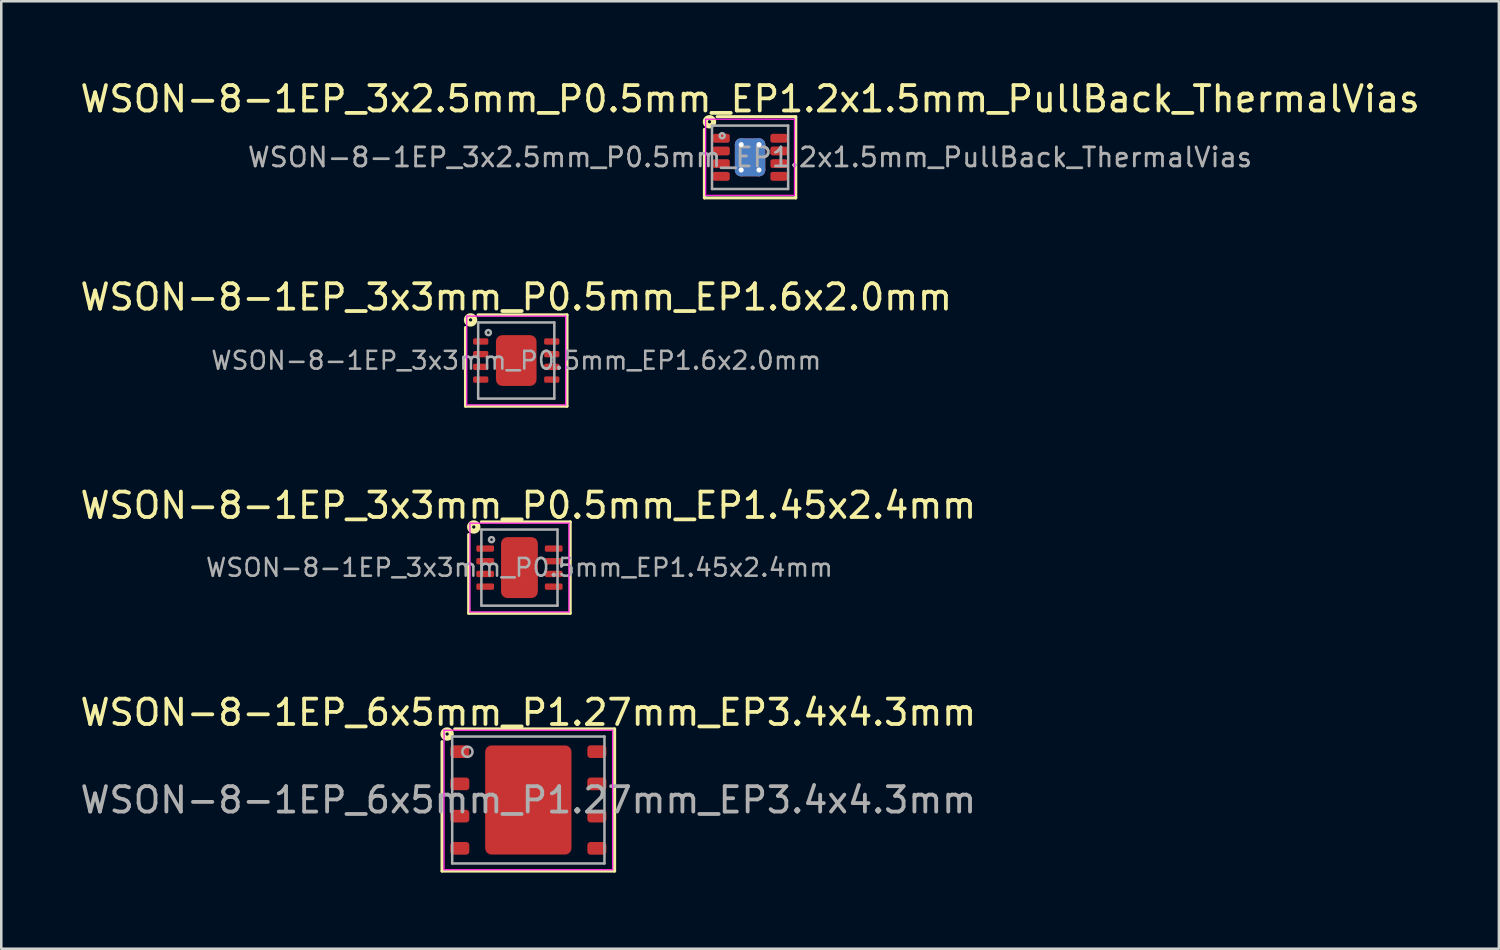
<source format=kicad_pcb>
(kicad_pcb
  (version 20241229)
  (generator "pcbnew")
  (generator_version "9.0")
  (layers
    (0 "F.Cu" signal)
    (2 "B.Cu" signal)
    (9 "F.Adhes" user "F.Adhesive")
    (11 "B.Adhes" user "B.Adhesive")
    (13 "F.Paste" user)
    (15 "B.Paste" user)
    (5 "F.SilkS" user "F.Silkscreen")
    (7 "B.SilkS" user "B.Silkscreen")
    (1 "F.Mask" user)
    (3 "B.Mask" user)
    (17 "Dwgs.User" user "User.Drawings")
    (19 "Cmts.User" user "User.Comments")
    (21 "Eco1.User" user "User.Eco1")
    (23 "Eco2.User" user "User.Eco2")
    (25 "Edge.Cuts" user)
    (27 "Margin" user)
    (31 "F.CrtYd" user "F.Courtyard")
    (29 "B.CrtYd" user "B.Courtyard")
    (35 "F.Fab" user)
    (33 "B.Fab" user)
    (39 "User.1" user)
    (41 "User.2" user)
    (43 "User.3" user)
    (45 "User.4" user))
  (footprint "WSON-8-1EP_3x3mm_P0.5mm_EP1.45x2.4mm"
    (layer "F.Cu")
    (at 17.418 19.315)
    (property "Reference" "WSON-8-1EP_3x3mm_P0.5mm_EP1.45x2.4mm" (at 0.35 -2.45 0) (layer "F.SilkS") (effects (font (size 1 1) (thickness 0.15))))
    (attr smd)
    (fp_line (start -2 1.8) (end -2 -1.3) (stroke (width 0.12) (type solid)) (layer "F.SilkS"))
    (fp_line (start -1.5 -1.8) (end 2 -1.8) (stroke (width 0.12) (type solid)) (layer "F.SilkS"))
    (fp_line (start 2 -1.8) (end 2 1.8) (stroke (width 0.12) (type solid)) (layer "F.SilkS"))
    (fp_line (start 2 1.8) (end -2 1.8) (stroke (width 0.12) (type solid)) (layer "F.SilkS"))
    (fp_circle (center -1.8 -1.6) (end -1.736 -1.6) (stroke (width 0.2) (type solid)) (fill no) (layer "F.SilkS"))
    (fp_line (start -1.95 -1.75) (end -1.95 1.75) (stroke (width 0.05) (type solid)) (layer "F.CrtYd"))
    (fp_line (start -1.95 -1.75) (end 1.95 -1.75) (stroke (width 0.05) (type solid)) (layer "F.CrtYd"))
    (fp_line (start -1.95 1.75) (end 1.95 1.75) (stroke (width 0.05) (type solid)) (layer "F.CrtYd"))
    (fp_line (start 1.95 -1.75) (end 1.95 1.75) (stroke (width 0.05) (type solid)) (layer "F.CrtYd"))
    (fp_line (start -1.5 -1.5) (end 1.5 -1.5) (stroke (width 0.1) (type solid)) (layer "F.Fab"))
    (fp_line (start -1.5 1.5) (end -1.5 -1.5) (stroke (width 0.1) (type solid)) (layer "F.Fab"))
    (fp_line (start 1.5 -1.5) (end 1.5 1.5) (stroke (width 0.1) (type solid)) (layer "F.Fab"))
    (fp_line (start 1.5 1.5) (end -1.5 1.5) (stroke (width 0.1) (type solid)) (layer "F.Fab"))
    (fp_circle (center -1.1 -1.1) (end -1 -1.1) (stroke (width 0.1) (type solid)) (fill no) (layer "F.Fab"))
    (fp_text user "${REFERENCE}" (at 0 0 0) (layer "F.Fab") (effects (font (size 0.7 0.7) (thickness 0.1))))
    (pad "" smd roundrect (at 0 -0.6) (size 1.45 1.07) (layers "F.Paste") (roundrect_rratio 0.234))
    (pad "" smd roundrect (at 0 0.6) (size 1.45 1.07) (layers "F.Paste") (roundrect_rratio 0.234))
    (pad "1" smd roundrect (at -1.35 -0.75) (size 0.7 0.25) (layers "F.Cu" "F.Mask" "F.Paste") (roundrect_rratio 0.25))
    (pad "2" smd roundrect (at -1.35 -0.25) (size 0.7 0.25) (layers "F.Cu" "F.Mask" "F.Paste") (roundrect_rratio 0.25))
    (pad "3" smd roundrect (at -1.35 0.25) (size 0.7 0.25) (layers "F.Cu" "F.Mask" "F.Paste") (roundrect_rratio 0.25))
    (pad "4" smd roundrect (at -1.35 0.75) (size 0.7 0.25) (layers "F.Cu" "F.Mask" "F.Paste") (roundrect_rratio 0.25))
    (pad "5" smd roundrect (at 1.35 0.75) (size 0.7 0.25) (layers "F.Cu" "F.Mask" "F.Paste") (roundrect_rratio 0.25))
    (pad "6" smd roundrect (at 1.35 0.25) (size 0.7 0.25) (layers "F.Cu" "F.Mask" "F.Paste") (roundrect_rratio 0.25))
    (pad "7" smd roundrect (at 1.35 -0.25) (size 0.7 0.25) (layers "F.Cu" "F.Mask" "F.Paste") (roundrect_rratio 0.25))
    (pad "8" smd roundrect (at 1.35 -0.75) (size 0.7 0.25) (layers "F.Cu" "F.Mask" "F.Paste") (roundrect_rratio 0.25))
    (pad "9" smd roundrect (at 0 0) (size 1.45 2.4) (layers "F.Cu" "F.Mask") (roundrect_rratio 0.172)))
  (footprint "WSON-8-1EP_3x3mm_P0.5mm_EP1.6x2.0mm"
    (layer "F.Cu")
    (at 17.292 11.156)
    (property "Reference" "WSON-8-1EP_3x3mm_P0.5mm_EP1.6x2.0mm" (at 0 -2.5 0) (layer "F.SilkS") (effects (font (size 1 1) (thickness 0.15))))
    (attr smd)
    (fp_line (start -2 1.8) (end -2 -1.3) (stroke (width 0.12) (type solid)) (layer "F.SilkS"))
    (fp_line (start -1.5 -1.8) (end 2 -1.8) (stroke (width 0.12) (type solid)) (layer "F.SilkS"))
    (fp_line (start 2 -1.8) (end 2 1.8) (stroke (width 0.12) (type solid)) (layer "F.SilkS"))
    (fp_line (start 2 1.8) (end -2 1.8) (stroke (width 0.12) (type solid)) (layer "F.SilkS"))
    (fp_circle (center -1.8 -1.6) (end -1.736 -1.6) (stroke (width 0.2) (type solid)) (fill no) (layer "F.SilkS"))
    (fp_line (start -1.95 -1.75) (end -1.95 1.75) (stroke (width 0.05) (type solid)) (layer "F.CrtYd"))
    (fp_line (start -1.95 -1.75) (end 1.95 -1.75) (stroke (width 0.05) (type solid)) (layer "F.CrtYd"))
    (fp_line (start -1.95 1.75) (end 1.95 1.75) (stroke (width 0.05) (type solid)) (layer "F.CrtYd"))
    (fp_line (start 1.95 -1.75) (end 1.95 1.75) (stroke (width 0.05) (type solid)) (layer "F.CrtYd"))
    (fp_line (start -1.5 -1.5) (end 1.5 -1.5) (stroke (width 0.1) (type solid)) (layer "F.Fab"))
    (fp_line (start -1.5 1.5) (end -1.5 -1.5) (stroke (width 0.1) (type solid)) (layer "F.Fab"))
    (fp_line (start 1.5 -1.5) (end 1.5 1.5) (stroke (width 0.1) (type solid)) (layer "F.Fab"))
    (fp_line (start 1.5 1.5) (end -1.5 1.5) (stroke (width 0.1) (type solid)) (layer "F.Fab"))
    (fp_circle (center -1.1 -1.1) (end -1 -1.1) (stroke (width 0.1) (type solid)) (fill no) (layer "F.Fab"))
    (fp_text user "${REFERENCE}" (at 0 0 0) (layer "F.Fab") (effects (font (size 0.7 0.7) (thickness 0.1))))
    (pad "" smd roundrect (at -0.45 -0.55) (size 0.6 0.8) (layers "F.Paste") (roundrect_rratio 0.25))
    (pad "" smd roundrect (at -0.45 0.55) (size 0.6 0.8) (layers "F.Paste") (roundrect_rratio 0.25))
    (pad "" smd roundrect (at 0.45 -0.55) (size 0.6 0.8) (layers "F.Paste") (roundrect_rratio 0.25))
    (pad "" smd roundrect (at 0.45 0.55) (size 0.6 0.8) (layers "F.Paste") (roundrect_rratio 0.25))
    (pad "1" smd roundrect (at -1.4 -0.75) (size 0.6 0.25) (layers "F.Cu" "F.Mask" "F.Paste") (roundrect_rratio 0.25))
    (pad "2" smd roundrect (at -1.4 -0.25) (size 0.6 0.25) (layers "F.Cu" "F.Mask" "F.Paste") (roundrect_rratio 0.25))
    (pad "3" smd roundrect (at -1.4 0.25) (size 0.6 0.25) (layers "F.Cu" "F.Mask" "F.Paste") (roundrect_rratio 0.25))
    (pad "4" smd roundrect (at -1.4 0.75) (size 0.6 0.25) (layers "F.Cu" "F.Mask" "F.Paste") (roundrect_rratio 0.25))
    (pad "5" smd roundrect (at 1.4 0.75) (size 0.6 0.25) (layers "F.Cu" "F.Mask" "F.Paste") (roundrect_rratio 0.25))
    (pad "6" smd roundrect (at 1.4 0.25) (size 0.6 0.25) (layers "F.Cu" "F.Mask" "F.Paste") (roundrect_rratio 0.25))
    (pad "7" smd roundrect (at 1.4 -0.25) (size 0.6 0.25) (layers "F.Cu" "F.Mask" "F.Paste") (roundrect_rratio 0.25))
    (pad "8" smd roundrect (at 1.4 -0.75) (size 0.6 0.25) (layers "F.Cu" "F.Mask" "F.Paste") (roundrect_rratio 0.25))
    (pad "9" smd roundrect (at 0 0) (size 1.6 2) (layers "F.Cu" "F.Mask") (roundrect_rratio 0.156)))
  (footprint "WSON-8-1EP_6x5mm_P1.27mm_EP3.4x4.3mm"
    (layer "F.Cu")
    (at 17.768 28.473)
    (property "Reference" "WSON-8-1EP_6x5mm_P1.27mm_EP3.4x4.3mm" (at 0 -3.45 0) (layer "F.SilkS") (effects (font (size 1 1) (thickness 0.15))))
    (attr smd)
    (fp_line (start -3.4 2.8) (end -3.4 -2.3) (stroke (width 0.12) (type solid)) (layer "F.SilkS"))
    (fp_line (start -2.9 -2.8) (end 3.4 -2.8) (stroke (width 0.12) (type solid)) (layer "F.SilkS"))
    (fp_line (start 3.4 -2.8) (end 3.4 2.8) (stroke (width 0.12) (type solid)) (layer "F.SilkS"))
    (fp_line (start 3.4 2.8) (end -3.4 2.8) (stroke (width 0.12) (type solid)) (layer "F.SilkS"))
    (fp_circle (center -3.2 -2.6) (end -3.136 -2.6) (stroke (width 0.2) (type solid)) (fill no) (layer "F.SilkS"))
    (fp_line (start -3.32 -2.75) (end -3.32 2.75) (stroke (width 0.05) (type solid)) (layer "F.CrtYd"))
    (fp_line (start -3.32 2.75) (end 3.32 2.75) (stroke (width 0.05) (type solid)) (layer "F.CrtYd"))
    (fp_line (start 3.32 -2.75) (end -3.32 -2.75) (stroke (width 0.05) (type solid)) (layer "F.CrtYd"))
    (fp_line (start 3.32 2.75) (end 3.32 -2.75) (stroke (width 0.05) (type solid)) (layer "F.CrtYd"))
    (fp_line (start -3 -2.5) (end 3 -2.5) (stroke (width 0.1) (type solid)) (layer "F.Fab"))
    (fp_line (start -3 2.5) (end -3 -2.5) (stroke (width 0.1) (type solid)) (layer "F.Fab"))
    (fp_line (start 3 -2.5) (end 3 2.5) (stroke (width 0.1) (type solid)) (layer "F.Fab"))
    (fp_line (start 3 2.5) (end -3 2.5) (stroke (width 0.1) (type solid)) (layer "F.Fab"))
    (fp_circle (center -2.4 -1.9) (end -2.2 -1.9) (stroke (width 0.1) (type solid)) (fill no) (layer "F.Fab"))
    (fp_text user "${REFERENCE}" (at 0 0 0) (layer "F.Fab") (effects (font (size 1 1) (thickness 0.15))))
    (pad "" smd roundrect (at -0.85 -1.075) (size 1.37 1.73) (layers "F.Paste") (roundrect_rratio 0.182))
    (pad "" smd roundrect (at -0.85 1.075) (size 1.37 1.73) (layers "F.Paste") (roundrect_rratio 0.182))
    (pad "" smd roundrect (at 0.85 -1.075) (size 1.37 1.73) (layers "F.Paste") (roundrect_rratio 0.182))
    (pad "" smd roundrect (at 0.85 1.075) (size 1.37 1.73) (layers "F.Paste") (roundrect_rratio 0.182))
    (pad "1" smd roundrect (at -2.7 -1.905) (size 0.75 0.5) (layers "F.Cu" "F.Mask" "F.Paste") (roundrect_rratio 0.25))
    (pad "2" smd roundrect (at -2.7 -0.635) (size 0.75 0.5) (layers "F.Cu" "F.Mask" "F.Paste") (roundrect_rratio 0.25))
    (pad "3" smd roundrect (at -2.7 0.635) (size 0.75 0.5) (layers "F.Cu" "F.Mask" "F.Paste") (roundrect_rratio 0.25))
    (pad "4" smd roundrect (at -2.7 1.905) (size 0.75 0.5) (layers "F.Cu" "F.Mask" "F.Paste") (roundrect_rratio 0.25))
    (pad "5" smd roundrect (at 2.7 1.905) (size 0.75 0.5) (layers "F.Cu" "F.Mask" "F.Paste") (roundrect_rratio 0.25))
    (pad "6" smd roundrect (at 2.7 0.635) (size 0.75 0.5) (layers "F.Cu" "F.Mask" "F.Paste") (roundrect_rratio 0.25))
    (pad "7" smd roundrect (at 2.7 -0.635) (size 0.75 0.5) (layers "F.Cu" "F.Mask" "F.Paste") (roundrect_rratio 0.25))
    (pad "8" smd roundrect (at 2.7 -1.905) (size 0.75 0.5) (layers "F.Cu" "F.Mask" "F.Paste") (roundrect_rratio 0.25))
    (pad "9" smd roundrect (at 0 0) (size 3.4 4.3) (layers "F.Cu" "F.Mask") (roundrect_rratio 0.074)))
  (footprint "WSON-8-1EP_3x2.5mm_P0.5mm_EP1.2x1.5mm_PullBack_ThermalVias"
    (layer "F.Cu")
    (at 26.506 3.148)
    (property "Reference" "WSON-8-1EP_3x2.5mm_P0.5mm_EP1.2x1.5mm_PullBack_ThermalVias" (at 0 -2.3 0) (layer "F.SilkS") (effects (font (size 1 1) (thickness 0.15))))
    (attr smd)
    (fp_line (start -1.8 1.6) (end -1.8 -1.1) (stroke (width 0.12) (type solid)) (layer "F.SilkS"))
    (fp_line (start -1.3 -1.6) (end 1.8 -1.6) (stroke (width 0.12) (type solid)) (layer "F.SilkS"))
    (fp_line (start 1.8 -1.6) (end 1.8 1.6) (stroke (width 0.12) (type solid)) (layer "F.SilkS"))
    (fp_line (start 1.8 1.6) (end -1.8 1.6) (stroke (width 0.12) (type solid)) (layer "F.SilkS"))
    (fp_circle (center -1.6 -1.4) (end -1.536 -1.4) (stroke (width 0.2) (type solid)) (fill no) (layer "F.SilkS"))
    (fp_line (start -1.75 -1.5) (end -1.75 1.5) (stroke (width 0.05) (type solid)) (layer "F.CrtYd"))
    (fp_line (start -1.75 1.5) (end 1.75 1.5) (stroke (width 0.05) (type solid)) (layer "F.CrtYd"))
    (fp_line (start 1.75 -1.5) (end -1.75 -1.5) (stroke (width 0.05) (type solid)) (layer "F.CrtYd"))
    (fp_line (start 1.75 1.5) (end 1.75 -1.5) (stroke (width 0.05) (type solid)) (layer "F.CrtYd"))
    (fp_line (start -1.5 -1.25) (end 1.5 -1.25) (stroke (width 0.1) (type solid)) (layer "F.Fab"))
    (fp_line (start -1.5 1.25) (end -1.5 -1.25) (stroke (width 0.1) (type solid)) (layer "F.Fab"))
    (fp_line (start 1.5 -1.25) (end 1.5 1.25) (stroke (width 0.1) (type solid)) (layer "F.Fab"))
    (fp_line (start 1.5 1.25) (end -1.5 1.25) (stroke (width 0.1) (type solid)) (layer "F.Fab"))
    (fp_circle (center -1.1 -0.85) (end -1 -0.85) (stroke (width 0.1) (type solid)) (fill no) (layer "F.Fab"))
    (fp_text user "${REFERENCE}" (at 0 0 0) (layer "F.Fab") (effects (font (size 0.75 0.75) (thickness 0.11))))
    (pad "" smd roundrect (at -0.3 -0.375) (size 0.52 0.65) (layers "F.Paste") (roundrect_rratio 0.25))
    (pad "" smd roundrect (at -0.3 0.375) (size 0.52 0.65) (layers "F.Paste") (roundrect_rratio 0.25))
    (pad "" smd roundrect (at 0.3 -0.375) (size 0.52 0.65) (layers "F.Paste") (roundrect_rratio 0.25))
    (pad "" smd roundrect (at 0.3 0.375) (size 0.52 0.65) (layers "F.Paste") (roundrect_rratio 0.25))
    (pad "1" smd roundrect (at -1.137 -0.75) (size 0.675 0.35) (layers "F.Cu" "F.Mask" "F.Paste") (roundrect_rratio 0.25))
    (pad "2" smd roundrect (at -1.137 -0.25) (size 0.675 0.35) (layers "F.Cu" "F.Mask" "F.Paste") (roundrect_rratio 0.25))
    (pad "3" smd roundrect (at -1.137 0.25) (size 0.675 0.35) (layers "F.Cu" "F.Mask" "F.Paste") (roundrect_rratio 0.25))
    (pad "4" smd roundrect (at -1.137 0.75) (size 0.675 0.35) (layers "F.Cu" "F.Mask" "F.Paste") (roundrect_rratio 0.25))
    (pad "5" smd roundrect (at 1.137 0.75) (size 0.675 0.35) (layers "F.Cu" "F.Mask" "F.Paste") (roundrect_rratio 0.25))
    (pad "6" smd roundrect (at 1.137 0.25) (size 0.675 0.35) (layers "F.Cu" "F.Mask" "F.Paste") (roundrect_rratio 0.25))
    (pad "7" smd roundrect (at 1.137 -0.25) (size 0.675 0.35) (layers "F.Cu" "F.Mask" "F.Paste") (roundrect_rratio 0.25))
    (pad "8" smd roundrect (at 1.137 -0.75) (size 0.675 0.35) (layers "F.Cu" "F.Mask" "F.Paste") (roundrect_rratio 0.25))
    (pad "9" thru_hole circle (at -0.35 -0.5) (size 0.5 0.5) (drill 0.2) (property pad_prop_heatsink) (layers "*.Cu"))
    (pad "9" thru_hole circle (at -0.35 0.5) (size 0.5 0.5) (drill 0.2) (property pad_prop_heatsink) (layers "*.Cu"))
    (pad "9" smd roundrect (at 0 0) (size 1.2 1.5) (layers "F.Cu" "F.Mask") (roundrect_rratio 0.208))
    (pad "9" smd roundrect (at 0 0) (size 1.2 1.5) (layers "B.Cu" "B.Mask") (roundrect_rratio 0.208))
    (pad "9" thru_hole circle (at 0.35 -0.5) (size 0.5 0.5) (drill 0.2) (property pad_prop_heatsink) (layers "*.Cu"))
    (pad "9" thru_hole circle (at 0.35 0.5) (size 0.5 0.5) (drill 0.2) (property pad_prop_heatsink) (layers "*.Cu")))
  (gr_rect
    (start -3 -3)
    (end 56.012 34.333)
    (stroke (width 0.1) (type default))
    (fill no)
    (layer "Edge.Cuts")))
</source>
